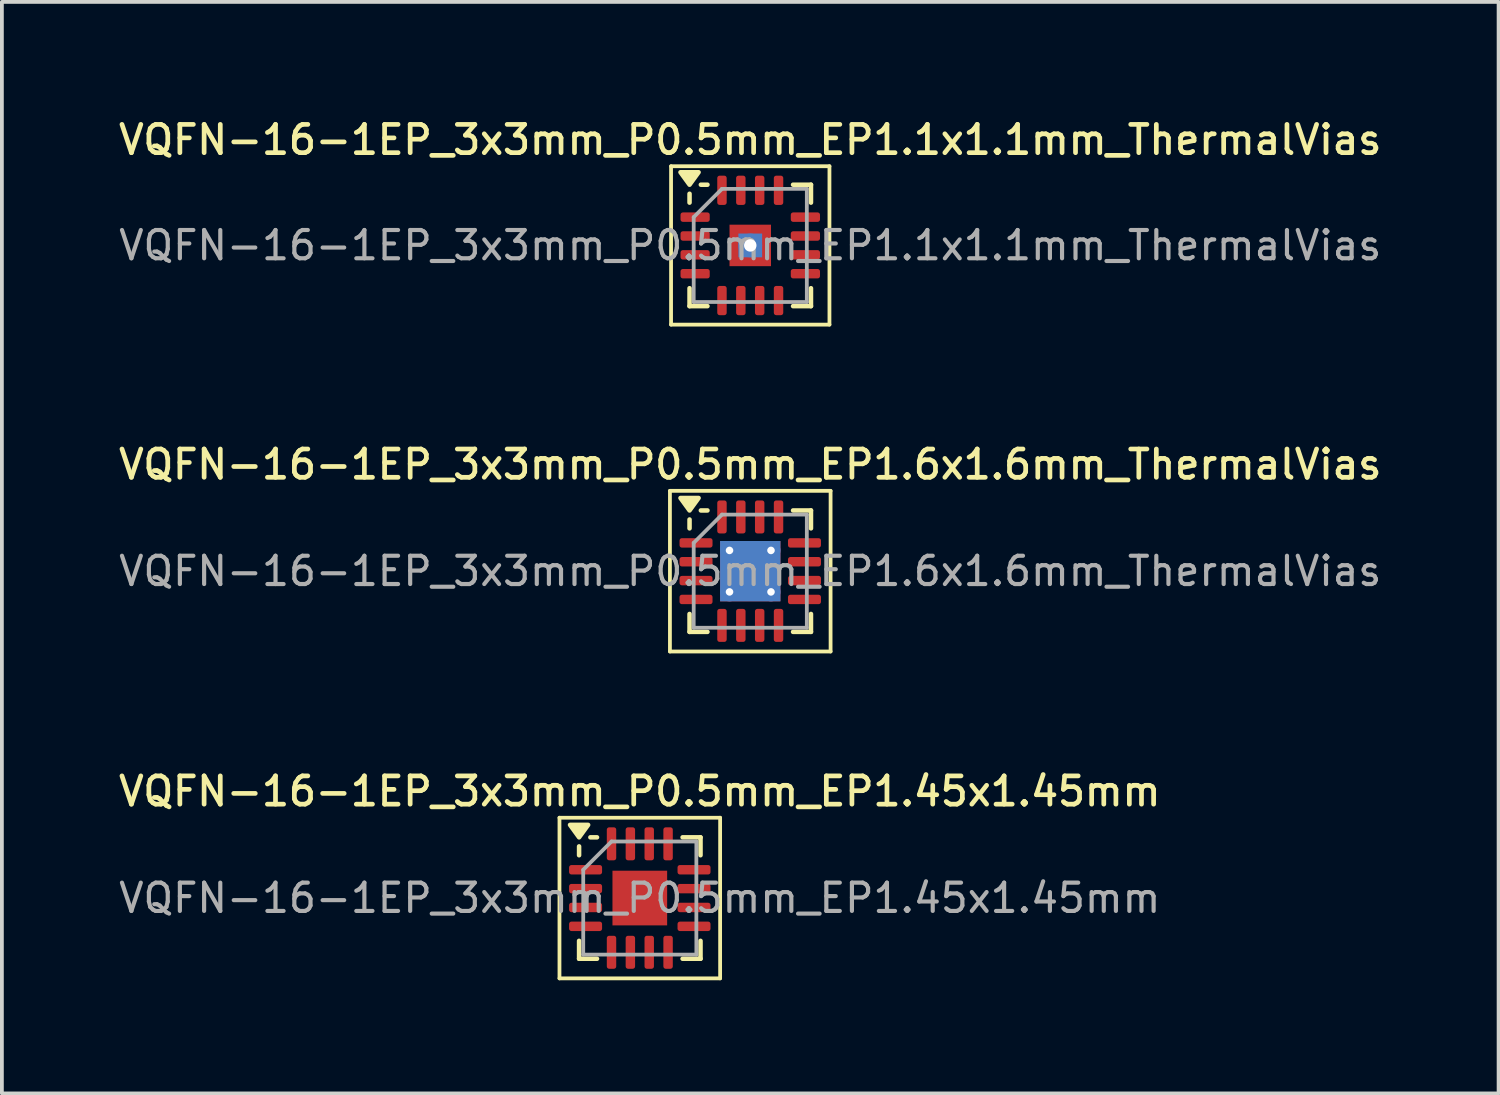
<source format=kicad_pcb>
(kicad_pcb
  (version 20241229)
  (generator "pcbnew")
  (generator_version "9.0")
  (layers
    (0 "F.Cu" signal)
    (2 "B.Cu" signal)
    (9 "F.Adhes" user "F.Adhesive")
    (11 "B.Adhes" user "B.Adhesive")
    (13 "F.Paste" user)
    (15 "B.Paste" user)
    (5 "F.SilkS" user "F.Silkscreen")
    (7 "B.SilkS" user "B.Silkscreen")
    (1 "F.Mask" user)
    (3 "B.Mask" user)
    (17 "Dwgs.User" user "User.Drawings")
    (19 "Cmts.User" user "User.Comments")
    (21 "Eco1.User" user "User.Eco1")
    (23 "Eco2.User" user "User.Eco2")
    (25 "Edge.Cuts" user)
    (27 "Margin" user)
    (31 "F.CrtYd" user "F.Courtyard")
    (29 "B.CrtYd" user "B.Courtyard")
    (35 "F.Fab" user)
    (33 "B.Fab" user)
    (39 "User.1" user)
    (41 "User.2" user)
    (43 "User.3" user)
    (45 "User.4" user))
  (footprint "VQFN-16-1EP_3x3mm_P0.5mm_EP1.1x1.1mm_ThermalVias"
    (layer "F.Cu")
    (at 16.845 3.458)
    (property "Reference" "VQFN-16-1EP_3x3mm_P0.5mm_EP1.1x1.1mm_ThermalVias" (at 0 -2.8 0) (layer "F.SilkS") (effects (font (size 0.75 0.75) (thickness 0.125))))
    (attr smd)
    (fp_line (start -2.1 -2.1) (end -2.1 2.1) (stroke (width 0.1) (type solid)) (layer "F.SilkS"))
    (fp_line (start -2.1 2.1) (end 2.1 2.1) (stroke (width 0.1) (type solid)) (layer "F.SilkS"))
    (fp_line (start -1.61 -1.135) (end -1.61 -1.37) (stroke (width 0.12) (type solid)) (layer "F.SilkS"))
    (fp_line (start -1.61 1.61) (end -1.61 1.135) (stroke (width 0.12) (type solid)) (layer "F.SilkS"))
    (fp_line (start -1.135 -1.61) (end -1.31 -1.61) (stroke (width 0.12) (type solid)) (layer "F.SilkS"))
    (fp_line (start -1.135 1.61) (end -1.61 1.61) (stroke (width 0.12) (type solid)) (layer "F.SilkS"))
    (fp_line (start 1.135 -1.61) (end 1.61 -1.61) (stroke (width 0.12) (type solid)) (layer "F.SilkS"))
    (fp_line (start 1.135 1.61) (end 1.61 1.61) (stroke (width 0.12) (type solid)) (layer "F.SilkS"))
    (fp_line (start 1.61 -1.61) (end 1.61 -1.135) (stroke (width 0.12) (type solid)) (layer "F.SilkS"))
    (fp_line (start 1.61 1.61) (end 1.61 1.135) (stroke (width 0.12) (type solid)) (layer "F.SilkS"))
    (fp_line (start 2.1 -2.1) (end -2.1 -2.1) (stroke (width 0.1) (type solid)) (layer "F.SilkS"))
    (fp_line (start 2.1 2.1) (end 2.1 -2.1) (stroke (width 0.1) (type solid)) (layer "F.SilkS"))
    (fp_poly (pts (xy -1.61 -1.61) (xy -1.85 -1.94) (xy -1.37 -1.94) (xy -1.61 -1.61)) (stroke (width 0.12) (type solid)) (fill yes) (layer "F.SilkS"))
    (fp_line (start -1.5 -0.75) (end -0.75 -1.5) (stroke (width 0.1) (type solid)) (layer "F.Fab"))
    (fp_line (start -1.5 1.5) (end -1.5 -0.75) (stroke (width 0.1) (type solid)) (layer "F.Fab"))
    (fp_line (start -0.75 -1.5) (end 1.5 -1.5) (stroke (width 0.1) (type solid)) (layer "F.Fab"))
    (fp_line (start 1.5 -1.5) (end 1.5 1.5) (stroke (width 0.1) (type solid)) (layer "F.Fab"))
    (fp_line (start 1.5 1.5) (end -1.5 1.5) (stroke (width 0.1) (type solid)) (layer "F.Fab"))
    (fp_text user "${REFERENCE}" (at 0 0 0) (layer "F.Fab") (effects (font (size 0.75 0.75) (thickness 0.11))))
    (pad "" smd custom (at -0.275 -0.275) (size 0.204 0.204) (layers "F.Paste") (options (anchor circle)) (primitives (gr_poly (pts (xy -0.169 -0.169) (xy 0.169 -0.169) (xy 0.169 -0.139) (xy -0.139 0.169) (xy -0.169 0.169)) (width 0.105) (fill yes))))
    (pad "" smd custom (at -0.275 0.275) (size 0.204 0.204) (layers "F.Paste") (options (anchor circle)) (primitives (gr_poly (pts (xy -0.169 -0.169) (xy -0.139 -0.169) (xy 0.169 0.139) (xy 0.169 0.169) (xy -0.169 0.169)) (width 0.105) (fill yes))))
    (pad "" smd custom (at 0.275 -0.275) (size 0.204 0.204) (layers "F.Paste") (options (anchor circle)) (primitives (gr_poly (pts (xy -0.169 -0.169) (xy 0.169 -0.169) (xy 0.169 0.169) (xy 0.139 0.169) (xy -0.169 -0.139)) (width 0.105) (fill yes))))
    (pad "" smd custom (at 0.275 0.275) (size 0.204 0.204) (layers "F.Paste") (options (anchor circle)) (primitives (gr_poly (pts (xy -0.169 0.139) (xy 0.139 -0.169) (xy 0.169 -0.169) (xy 0.169 0.169) (xy -0.169 0.169)) (width 0.105) (fill yes))))
    (pad "1" smd roundrect (at -1.462 -0.75) (size 0.775 0.25) (layers "F.Cu" "F.Mask" "F.Paste") (roundrect_rratio 0.25))
    (pad "2" smd roundrect (at -1.462 -0.25) (size 0.775 0.25) (layers "F.Cu" "F.Mask" "F.Paste") (roundrect_rratio 0.25))
    (pad "3" smd roundrect (at -1.462 0.25) (size 0.775 0.25) (layers "F.Cu" "F.Mask" "F.Paste") (roundrect_rratio 0.25))
    (pad "4" smd roundrect (at -1.462 0.75) (size 0.775 0.25) (layers "F.Cu" "F.Mask" "F.Paste") (roundrect_rratio 0.25))
    (pad "5" smd roundrect (at -0.75 1.462) (size 0.25 0.775) (layers "F.Cu" "F.Mask" "F.Paste") (roundrect_rratio 0.25))
    (pad "6" smd roundrect (at -0.25 1.462) (size 0.25 0.775) (layers "F.Cu" "F.Mask" "F.Paste") (roundrect_rratio 0.25))
    (pad "7" smd roundrect (at 0.25 1.462) (size 0.25 0.775) (layers "F.Cu" "F.Mask" "F.Paste") (roundrect_rratio 0.25))
    (pad "8" smd roundrect (at 0.75 1.462) (size 0.25 0.775) (layers "F.Cu" "F.Mask" "F.Paste") (roundrect_rratio 0.25))
    (pad "9" smd roundrect (at 1.462 0.75) (size 0.775 0.25) (layers "F.Cu" "F.Mask" "F.Paste") (roundrect_rratio 0.25))
    (pad "10" smd roundrect (at 1.462 0.25) (size 0.775 0.25) (layers "F.Cu" "F.Mask" "F.Paste") (roundrect_rratio 0.25))
    (pad "11" smd roundrect (at 1.462 -0.25) (size 0.775 0.25) (layers "F.Cu" "F.Mask" "F.Paste") (roundrect_rratio 0.25))
    (pad "12" smd roundrect (at 1.462 -0.75) (size 0.775 0.25) (layers "F.Cu" "F.Mask" "F.Paste") (roundrect_rratio 0.25))
    (pad "13" smd roundrect (at 0.75 -1.462) (size 0.25 0.775) (layers "F.Cu" "F.Mask" "F.Paste") (roundrect_rratio 0.25))
    (pad "14" smd roundrect (at 0.25 -1.462) (size 0.25 0.775) (layers "F.Cu" "F.Mask" "F.Paste") (roundrect_rratio 0.25))
    (pad "15" smd roundrect (at -0.25 -1.462) (size 0.25 0.775) (layers "F.Cu" "F.Mask" "F.Paste") (roundrect_rratio 0.25))
    (pad "16" smd roundrect (at -0.75 -1.462) (size 0.25 0.775) (layers "F.Cu" "F.Mask" "F.Paste") (roundrect_rratio 0.25))
    (pad "17" thru_hole circle (at 0 0) (size 0.63 0.63) (drill 0.33) (property pad_prop_heatsink) (layers "*.Cu"))
    (pad "17" smd rect (at 0 0) (size 0.63 0.63) (property pad_prop_heatsink) (layers "B.Cu"))
    (pad "17" smd rect (at 0 0) (size 1.1 1.1) (property pad_prop_heatsink) (layers "F.Cu" "F.Mask")))
  (footprint "VQFN-16-1EP_3x3mm_P0.5mm_EP1.6x1.6mm_ThermalVias"
    (layer "F.Cu")
    (at 16.845 12.096)
    (property "Reference" "VQFN-16-1EP_3x3mm_P0.5mm_EP1.6x1.6mm_ThermalVias" (at 0 -2.83 0) (layer "F.SilkS") (effects (font (size 0.75 0.75) (thickness 0.125))))
    (attr smd)
    (fp_line (start -2.13 -2.13) (end -2.13 2.13) (stroke (width 0.1) (type solid)) (layer "F.SilkS"))
    (fp_line (start -2.13 2.13) (end 2.13 2.13) (stroke (width 0.1) (type solid)) (layer "F.SilkS"))
    (fp_line (start -1.61 -1.135) (end -1.61 -1.37) (stroke (width 0.12) (type solid)) (layer "F.SilkS"))
    (fp_line (start -1.61 1.61) (end -1.61 1.135) (stroke (width 0.12) (type solid)) (layer "F.SilkS"))
    (fp_line (start -1.135 -1.61) (end -1.31 -1.61) (stroke (width 0.12) (type solid)) (layer "F.SilkS"))
    (fp_line (start -1.135 1.61) (end -1.61 1.61) (stroke (width 0.12) (type solid)) (layer "F.SilkS"))
    (fp_line (start 1.135 -1.61) (end 1.61 -1.61) (stroke (width 0.12) (type solid)) (layer "F.SilkS"))
    (fp_line (start 1.135 1.61) (end 1.61 1.61) (stroke (width 0.12) (type solid)) (layer "F.SilkS"))
    (fp_line (start 1.61 -1.61) (end 1.61 -1.135) (stroke (width 0.12) (type solid)) (layer "F.SilkS"))
    (fp_line (start 1.61 1.61) (end 1.61 1.135) (stroke (width 0.12) (type solid)) (layer "F.SilkS"))
    (fp_line (start 2.13 -2.13) (end -2.13 -2.13) (stroke (width 0.1) (type solid)) (layer "F.SilkS"))
    (fp_line (start 2.13 2.13) (end 2.13 -2.13) (stroke (width 0.1) (type solid)) (layer "F.SilkS"))
    (fp_poly (pts (xy -1.61 -1.61) (xy -1.85 -1.94) (xy -1.37 -1.94) (xy -1.61 -1.61)) (stroke (width 0.12) (type solid)) (fill yes) (layer "F.SilkS"))
    (fp_line (start -1.5 -0.75) (end -0.75 -1.5) (stroke (width 0.1) (type solid)) (layer "F.Fab"))
    (fp_line (start -1.5 1.5) (end -1.5 -0.75) (stroke (width 0.1) (type solid)) (layer "F.Fab"))
    (fp_line (start -0.75 -1.5) (end 1.5 -1.5) (stroke (width 0.1) (type solid)) (layer "F.Fab"))
    (fp_line (start 1.5 -1.5) (end 1.5 1.5) (stroke (width 0.1) (type solid)) (layer "F.Fab"))
    (fp_line (start 1.5 1.5) (end -1.5 1.5) (stroke (width 0.1) (type solid)) (layer "F.Fab"))
    (fp_text user "${REFERENCE}" (at 0 0 0) (layer "F.Fab") (effects (font (size 0.75 0.75) (thickness 0.11))))
    (pad "" smd roundrect (at -0.4 -0.4) (size 0.69 0.69) (layers "F.Paste") (roundrect_rratio 0.25))
    (pad "" smd roundrect (at -0.4 0.4) (size 0.69 0.69) (layers "F.Paste") (roundrect_rratio 0.25))
    (pad "" smd roundrect (at 0.4 -0.4) (size 0.69 0.69) (layers "F.Paste") (roundrect_rratio 0.25))
    (pad "" smd roundrect (at 0.4 0.4) (size 0.69 0.69) (layers "F.Paste") (roundrect_rratio 0.25))
    (pad "1" smd roundrect (at -1.438 -0.75) (size 0.875 0.25) (layers "F.Cu" "F.Mask" "F.Paste") (roundrect_rratio 0.25))
    (pad "2" smd roundrect (at -1.438 -0.25) (size 0.875 0.25) (layers "F.Cu" "F.Mask" "F.Paste") (roundrect_rratio 0.25))
    (pad "3" smd roundrect (at -1.438 0.25) (size 0.875 0.25) (layers "F.Cu" "F.Mask" "F.Paste") (roundrect_rratio 0.25))
    (pad "4" smd roundrect (at -1.438 0.75) (size 0.875 0.25) (layers "F.Cu" "F.Mask" "F.Paste") (roundrect_rratio 0.25))
    (pad "5" smd roundrect (at -0.75 1.438) (size 0.25 0.875) (layers "F.Cu" "F.Mask" "F.Paste") (roundrect_rratio 0.25))
    (pad "6" smd roundrect (at -0.25 1.438) (size 0.25 0.875) (layers "F.Cu" "F.Mask" "F.Paste") (roundrect_rratio 0.25))
    (pad "7" smd roundrect (at 0.25 1.438) (size 0.25 0.875) (layers "F.Cu" "F.Mask" "F.Paste") (roundrect_rratio 0.25))
    (pad "8" smd roundrect (at 0.75 1.438) (size 0.25 0.875) (layers "F.Cu" "F.Mask" "F.Paste") (roundrect_rratio 0.25))
    (pad "9" smd roundrect (at 1.438 0.75) (size 0.875 0.25) (layers "F.Cu" "F.Mask" "F.Paste") (roundrect_rratio 0.25))
    (pad "10" smd roundrect (at 1.438 0.25) (size 0.875 0.25) (layers "F.Cu" "F.Mask" "F.Paste") (roundrect_rratio 0.25))
    (pad "11" smd roundrect (at 1.438 -0.25) (size 0.875 0.25) (layers "F.Cu" "F.Mask" "F.Paste") (roundrect_rratio 0.25))
    (pad "12" smd roundrect (at 1.438 -0.75) (size 0.875 0.25) (layers "F.Cu" "F.Mask" "F.Paste") (roundrect_rratio 0.25))
    (pad "13" smd roundrect (at 0.75 -1.438) (size 0.25 0.875) (layers "F.Cu" "F.Mask" "F.Paste") (roundrect_rratio 0.25))
    (pad "14" smd roundrect (at 0.25 -1.438) (size 0.25 0.875) (layers "F.Cu" "F.Mask" "F.Paste") (roundrect_rratio 0.25))
    (pad "15" smd roundrect (at -0.25 -1.438) (size 0.25 0.875) (layers "F.Cu" "F.Mask" "F.Paste") (roundrect_rratio 0.25))
    (pad "16" smd roundrect (at -0.75 -1.438) (size 0.25 0.875) (layers "F.Cu" "F.Mask" "F.Paste") (roundrect_rratio 0.25))
    (pad "17" thru_hole circle (at -0.55 -0.55) (size 0.5 0.5) (drill 0.2) (property pad_prop_heatsink) (layers "*.Cu"))
    (pad "17" thru_hole circle (at -0.55 0.55) (size 0.5 0.5) (drill 0.2) (property pad_prop_heatsink) (layers "*.Cu"))
    (pad "17" smd rect (at 0 0) (size 1.6 1.6) (property pad_prop_heatsink) (layers "F.Cu" "F.Mask"))
    (pad "17" smd rect (at 0 0) (size 1.6 1.6) (property pad_prop_heatsink) (layers "B.Cu"))
    (pad "17" thru_hole circle (at 0.55 -0.55) (size 0.5 0.5) (drill 0.2) (property pad_prop_heatsink) (layers "*.Cu"))
    (pad "17" thru_hole circle (at 0.55 0.55) (size 0.5 0.5) (drill 0.2) (property pad_prop_heatsink) (layers "*.Cu")))
  (footprint "VQFN-16-1EP_3x3mm_P0.5mm_EP1.45x1.45mm"
    (layer "F.Cu")
    (at 13.916 20.764)
    (property "Reference" "VQFN-16-1EP_3x3mm_P0.5mm_EP1.45x1.45mm" (at 0 -2.83 0) (layer "F.SilkS") (effects (font (size 0.75 0.75) (thickness 0.125))))
    (attr smd)
    (fp_line (start -2.13 -2.13) (end -2.13 2.13) (stroke (width 0.1) (type solid)) (layer "F.SilkS"))
    (fp_line (start -2.13 2.13) (end 2.13 2.13) (stroke (width 0.1) (type solid)) (layer "F.SilkS"))
    (fp_line (start -1.61 -1.135) (end -1.61 -1.37) (stroke (width 0.12) (type solid)) (layer "F.SilkS"))
    (fp_line (start -1.61 1.61) (end -1.61 1.135) (stroke (width 0.12) (type solid)) (layer "F.SilkS"))
    (fp_line (start -1.135 -1.61) (end -1.31 -1.61) (stroke (width 0.12) (type solid)) (layer "F.SilkS"))
    (fp_line (start -1.135 1.61) (end -1.61 1.61) (stroke (width 0.12) (type solid)) (layer "F.SilkS"))
    (fp_line (start 1.135 -1.61) (end 1.61 -1.61) (stroke (width 0.12) (type solid)) (layer "F.SilkS"))
    (fp_line (start 1.135 1.61) (end 1.61 1.61) (stroke (width 0.12) (type solid)) (layer "F.SilkS"))
    (fp_line (start 1.61 -1.61) (end 1.61 -1.135) (stroke (width 0.12) (type solid)) (layer "F.SilkS"))
    (fp_line (start 1.61 1.61) (end 1.61 1.135) (stroke (width 0.12) (type solid)) (layer "F.SilkS"))
    (fp_line (start 2.13 -2.13) (end -2.13 -2.13) (stroke (width 0.1) (type solid)) (layer "F.SilkS"))
    (fp_line (start 2.13 2.13) (end 2.13 -2.13) (stroke (width 0.1) (type solid)) (layer "F.SilkS"))
    (fp_poly (pts (xy -1.61 -1.61) (xy -1.85 -1.94) (xy -1.37 -1.94) (xy -1.61 -1.61)) (stroke (width 0.12) (type solid)) (fill yes) (layer "F.SilkS"))
    (fp_line (start -1.5 -0.75) (end -0.75 -1.5) (stroke (width 0.1) (type solid)) (layer "F.Fab"))
    (fp_line (start -1.5 1.5) (end -1.5 -0.75) (stroke (width 0.1) (type solid)) (layer "F.Fab"))
    (fp_line (start -0.75 -1.5) (end 1.5 -1.5) (stroke (width 0.1) (type solid)) (layer "F.Fab"))
    (fp_line (start 1.5 -1.5) (end 1.5 1.5) (stroke (width 0.1) (type solid)) (layer "F.Fab"))
    (fp_line (start 1.5 1.5) (end -1.5 1.5) (stroke (width 0.1) (type solid)) (layer "F.Fab"))
    (fp_text user "${REFERENCE}" (at 0 0 0) (layer "F.Fab") (effects (font (size 0.75 0.75) (thickness 0.11))))
    (pad "" smd roundrect (at -0.36 -0.36) (size 0.58 0.58) (layers "F.Paste") (roundrect_rratio 0.25))
    (pad "" smd roundrect (at -0.36 0.36) (size 0.58 0.58) (layers "F.Paste") (roundrect_rratio 0.25))
    (pad "" smd roundrect (at 0.36 -0.36) (size 0.58 0.58) (layers "F.Paste") (roundrect_rratio 0.25))
    (pad "" smd roundrect (at 0.36 0.36) (size 0.58 0.58) (layers "F.Paste") (roundrect_rratio 0.25))
    (pad "1" smd roundrect (at -1.438 -0.75) (size 0.875 0.25) (layers "F.Cu" "F.Mask" "F.Paste") (roundrect_rratio 0.25))
    (pad "2" smd roundrect (at -1.438 -0.25) (size 0.875 0.25) (layers "F.Cu" "F.Mask" "F.Paste") (roundrect_rratio 0.25))
    (pad "3" smd roundrect (at -1.438 0.25) (size 0.875 0.25) (layers "F.Cu" "F.Mask" "F.Paste") (roundrect_rratio 0.25))
    (pad "4" smd roundrect (at -1.438 0.75) (size 0.875 0.25) (layers "F.Cu" "F.Mask" "F.Paste") (roundrect_rratio 0.25))
    (pad "5" smd roundrect (at -0.75 1.438) (size 0.25 0.875) (layers "F.Cu" "F.Mask" "F.Paste") (roundrect_rratio 0.25))
    (pad "6" smd roundrect (at -0.25 1.438) (size 0.25 0.875) (layers "F.Cu" "F.Mask" "F.Paste") (roundrect_rratio 0.25))
    (pad "7" smd roundrect (at 0.25 1.438) (size 0.25 0.875) (layers "F.Cu" "F.Mask" "F.Paste") (roundrect_rratio 0.25))
    (pad "8" smd roundrect (at 0.75 1.438) (size 0.25 0.875) (layers "F.Cu" "F.Mask" "F.Paste") (roundrect_rratio 0.25))
    (pad "9" smd roundrect (at 1.438 0.75) (size 0.875 0.25) (layers "F.Cu" "F.Mask" "F.Paste") (roundrect_rratio 0.25))
    (pad "10" smd roundrect (at 1.438 0.25) (size 0.875 0.25) (layers "F.Cu" "F.Mask" "F.Paste") (roundrect_rratio 0.25))
    (pad "11" smd roundrect (at 1.438 -0.25) (size 0.875 0.25) (layers "F.Cu" "F.Mask" "F.Paste") (roundrect_rratio 0.25))
    (pad "12" smd roundrect (at 1.438 -0.75) (size 0.875 0.25) (layers "F.Cu" "F.Mask" "F.Paste") (roundrect_rratio 0.25))
    (pad "13" smd roundrect (at 0.75 -1.438) (size 0.25 0.875) (layers "F.Cu" "F.Mask" "F.Paste") (roundrect_rratio 0.25))
    (pad "14" smd roundrect (at 0.25 -1.438) (size 0.25 0.875) (layers "F.Cu" "F.Mask" "F.Paste") (roundrect_rratio 0.25))
    (pad "15" smd roundrect (at -0.25 -1.438) (size 0.25 0.875) (layers "F.Cu" "F.Mask" "F.Paste") (roundrect_rratio 0.25))
    (pad "16" smd roundrect (at -0.75 -1.438) (size 0.25 0.875) (layers "F.Cu" "F.Mask" "F.Paste") (roundrect_rratio 0.25))
    (pad "17" smd rect (at 0 0) (size 1.45 1.45) (property pad_prop_heatsink) (layers "F.Cu" "F.Mask")))
  (gr_rect
    (start -3 -3)
    (end 36.689 25.944)
    (stroke (width 0.1) (type default))
    (fill no)
    (layer "Edge.Cuts")))
</source>
